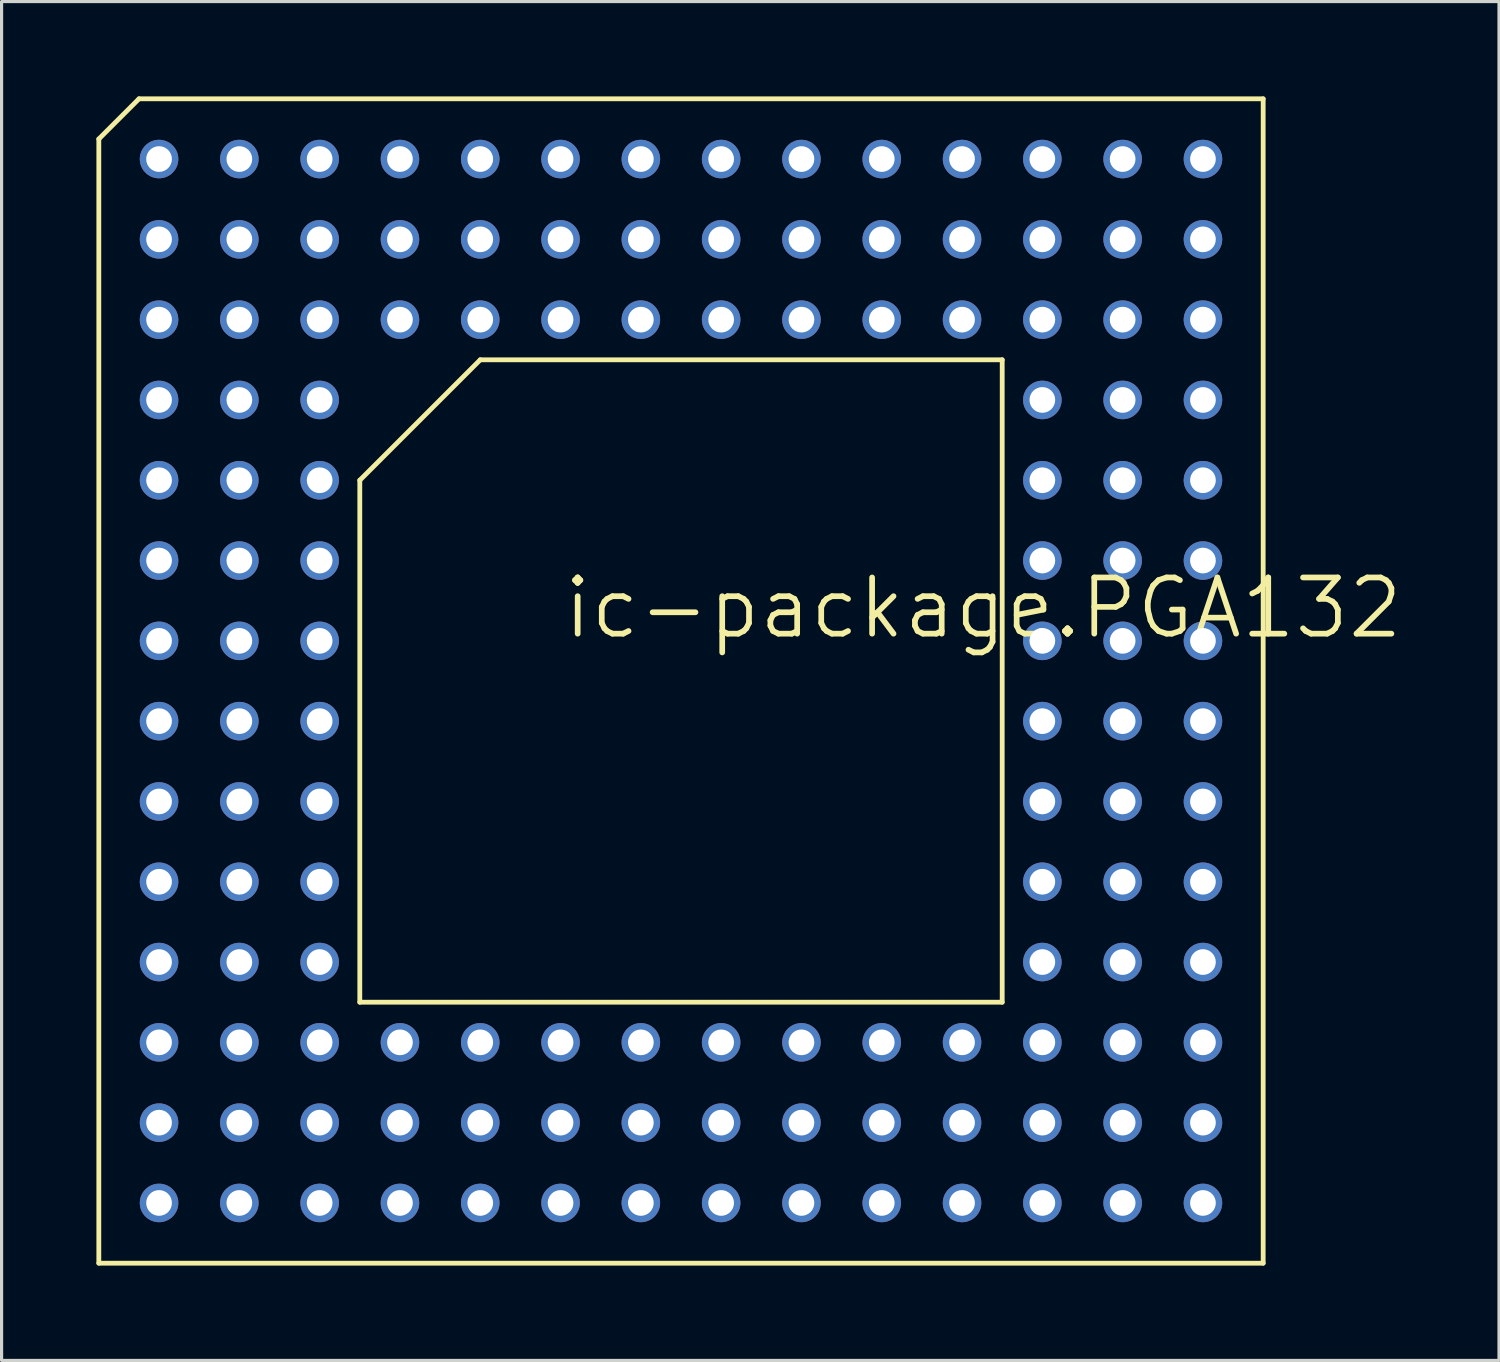
<source format=kicad_pcb>
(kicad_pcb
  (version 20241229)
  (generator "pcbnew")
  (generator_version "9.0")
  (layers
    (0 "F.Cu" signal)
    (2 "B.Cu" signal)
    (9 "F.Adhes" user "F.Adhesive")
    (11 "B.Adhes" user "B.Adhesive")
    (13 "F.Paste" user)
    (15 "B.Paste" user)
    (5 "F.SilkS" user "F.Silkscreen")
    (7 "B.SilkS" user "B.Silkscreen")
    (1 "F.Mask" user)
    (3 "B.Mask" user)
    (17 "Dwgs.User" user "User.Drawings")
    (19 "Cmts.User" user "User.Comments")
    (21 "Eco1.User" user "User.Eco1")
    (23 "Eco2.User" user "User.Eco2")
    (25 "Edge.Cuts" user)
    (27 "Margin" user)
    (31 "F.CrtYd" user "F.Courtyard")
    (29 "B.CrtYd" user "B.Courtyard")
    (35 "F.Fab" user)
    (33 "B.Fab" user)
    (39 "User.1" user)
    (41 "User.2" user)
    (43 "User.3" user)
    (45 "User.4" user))
  (footprint "ic-package.PGA132"
    (layer "F.Cu")
    (at 18.491 18.491)
    (property "Reference" "ic-package.PGA132" (at -3.81 -1.27 0) (layer "F.SilkS") (effects (font (size 1.778 1.778) (thickness 0.18)) (justify left bottom)))
    (attr through_hole)
    (fp_line (start -18.415 -17.145) (end -17.145 -18.415) (stroke (width 0.152) (type default)) (layer "F.SilkS"))
    (fp_line (start -18.415 18.415) (end -18.415 -17.145) (stroke (width 0.152) (type default)) (layer "F.SilkS"))
    (fp_line (start -17.145 -18.415) (end 18.415 -18.415) (stroke (width 0.152) (type default)) (layer "F.SilkS"))
    (fp_line (start -10.16 -6.35) (end -10.16 10.16) (stroke (width 0.152) (type default)) (layer "F.SilkS"))
    (fp_line (start -6.35 -10.16) (end -10.16 -6.35) (stroke (width 0.152) (type default)) (layer "F.SilkS"))
    (fp_line (start 10.16 -10.16) (end -6.35 -10.16) (stroke (width 0.152) (type default)) (layer "F.SilkS"))
    (fp_line (start 10.16 10.16) (end -10.16 10.16) (stroke (width 0.152) (type default)) (layer "F.SilkS"))
    (fp_line (start 10.16 10.16) (end 10.16 -10.16) (stroke (width 0.152) (type default)) (layer "F.SilkS"))
    (fp_line (start 18.415 -18.415) (end 18.415 18.415) (stroke (width 0.152) (type default)) (layer "F.SilkS"))
    (fp_line (start 18.415 18.415) (end -18.415 18.415) (stroke (width 0.152) (type default)) (layer "F.SilkS"))
    (pad "A01" thru_hole circle (at -16.51 -16.51 90) (size 1.219 1.219) (drill 0.813) (layers "*.Cu" "*.Mask"))
    (pad "A02" thru_hole circle (at -13.97 -16.51 90) (size 1.219 1.219) (drill 0.813) (layers "*.Cu" "*.Mask"))
    (pad "A03" thru_hole circle (at -11.43 -16.51 90) (size 1.219 1.219) (drill 0.813) (layers "*.Cu" "*.Mask"))
    (pad "A04" thru_hole circle (at -8.89 -16.51 90) (size 1.219 1.219) (drill 0.813) (layers "*.Cu" "*.Mask"))
    (pad "A05" thru_hole circle (at -6.35 -16.51 90) (size 1.219 1.219) (drill 0.813) (layers "*.Cu" "*.Mask"))
    (pad "A06" thru_hole circle (at -3.81 -16.51 90) (size 1.219 1.219) (drill 0.813) (layers "*.Cu" "*.Mask"))
    (pad "A07" thru_hole circle (at -1.27 -16.51 90) (size 1.219 1.219) (drill 0.813) (layers "*.Cu" "*.Mask"))
    (pad "A08" thru_hole circle (at 1.27 -16.51 90) (size 1.219 1.219) (drill 0.813) (layers "*.Cu" "*.Mask"))
    (pad "A09" thru_hole circle (at 3.81 -16.51 90) (size 1.219 1.219) (drill 0.813) (layers "*.Cu" "*.Mask"))
    (pad "A10" thru_hole circle (at 6.35 -16.51 90) (size 1.219 1.219) (drill 0.813) (layers "*.Cu" "*.Mask"))
    (pad "A11" thru_hole circle (at 8.89 -16.51 90) (size 1.219 1.219) (drill 0.813) (layers "*.Cu" "*.Mask"))
    (pad "A12" thru_hole circle (at 11.43 -16.51 90) (size 1.219 1.219) (drill 0.813) (layers "*.Cu" "*.Mask"))
    (pad "A13" thru_hole circle (at 13.97 -16.51 90) (size 1.219 1.219) (drill 0.813) (layers "*.Cu" "*.Mask"))
    (pad "A14" thru_hole circle (at 16.51 -16.51 90) (size 1.219 1.219) (drill 0.813) (layers "*.Cu" "*.Mask"))
    (pad "B01" thru_hole circle (at -16.51 -13.97 90) (size 1.219 1.219) (drill 0.813) (layers "*.Cu" "*.Mask"))
    (pad "B02" thru_hole circle (at -13.97 -13.97 90) (size 1.219 1.219) (drill 0.813) (layers "*.Cu" "*.Mask"))
    (pad "B03" thru_hole circle (at -11.43 -13.97 90) (size 1.219 1.219) (drill 0.813) (layers "*.Cu" "*.Mask"))
    (pad "B04" thru_hole circle (at -8.89 -13.97 90) (size 1.219 1.219) (drill 0.813) (layers "*.Cu" "*.Mask"))
    (pad "B05" thru_hole circle (at -6.35 -13.97 90) (size 1.219 1.219) (drill 0.813) (layers "*.Cu" "*.Mask"))
    (pad "B06" thru_hole circle (at -3.81 -13.97 90) (size 1.219 1.219) (drill 0.813) (layers "*.Cu" "*.Mask"))
    (pad "B07" thru_hole circle (at -1.27 -13.97 90) (size 1.219 1.219) (drill 0.813) (layers "*.Cu" "*.Mask"))
    (pad "B08" thru_hole circle (at 1.27 -13.97 90) (size 1.219 1.219) (drill 0.813) (layers "*.Cu" "*.Mask"))
    (pad "B09" thru_hole circle (at 3.81 -13.97 90) (size 1.219 1.219) (drill 0.813) (layers "*.Cu" "*.Mask"))
    (pad "B10" thru_hole circle (at 6.35 -13.97 90) (size 1.219 1.219) (drill 0.813) (layers "*.Cu" "*.Mask"))
    (pad "B11" thru_hole circle (at 8.89 -13.97 90) (size 1.219 1.219) (drill 0.813) (layers "*.Cu" "*.Mask"))
    (pad "B12" thru_hole circle (at 11.43 -13.97 90) (size 1.219 1.219) (drill 0.813) (layers "*.Cu" "*.Mask"))
    (pad "B13" thru_hole circle (at 13.97 -13.97 90) (size 1.219 1.219) (drill 0.813) (layers "*.Cu" "*.Mask"))
    (pad "B14" thru_hole circle (at 16.51 -13.97 90) (size 1.219 1.219) (drill 0.813) (layers "*.Cu" "*.Mask"))
    (pad "C01" thru_hole circle (at -16.51 -11.43 90) (size 1.219 1.219) (drill 0.813) (layers "*.Cu" "*.Mask"))
    (pad "C02" thru_hole circle (at -13.97 -11.43 90) (size 1.219 1.219) (drill 0.813) (layers "*.Cu" "*.Mask"))
    (pad "C03" thru_hole circle (at -11.43 -11.43 90) (size 1.219 1.219) (drill 0.813) (layers "*.Cu" "*.Mask"))
    (pad "C04" thru_hole circle (at -8.89 -11.43 90) (size 1.219 1.219) (drill 0.813) (layers "*.Cu" "*.Mask"))
    (pad "C05" thru_hole circle (at -6.35 -11.43 90) (size 1.219 1.219) (drill 0.813) (layers "*.Cu" "*.Mask"))
    (pad "C06" thru_hole circle (at -3.81 -11.43 90) (size 1.219 1.219) (drill 0.813) (layers "*.Cu" "*.Mask"))
    (pad "C07" thru_hole circle (at -1.27 -11.43 90) (size 1.219 1.219) (drill 0.813) (layers "*.Cu" "*.Mask"))
    (pad "C08" thru_hole circle (at 1.27 -11.43 90) (size 1.219 1.219) (drill 0.813) (layers "*.Cu" "*.Mask"))
    (pad "C09" thru_hole circle (at 3.81 -11.43 90) (size 1.219 1.219) (drill 0.813) (layers "*.Cu" "*.Mask"))
    (pad "C10" thru_hole circle (at 6.35 -11.43 90) (size 1.219 1.219) (drill 0.813) (layers "*.Cu" "*.Mask"))
    (pad "C11" thru_hole circle (at 8.89 -11.43 90) (size 1.219 1.219) (drill 0.813) (layers "*.Cu" "*.Mask"))
    (pad "C12" thru_hole circle (at 11.43 -11.43 90) (size 1.219 1.219) (drill 0.813) (layers "*.Cu" "*.Mask"))
    (pad "C13" thru_hole circle (at 13.97 -11.43 90) (size 1.219 1.219) (drill 0.813) (layers "*.Cu" "*.Mask"))
    (pad "C14" thru_hole circle (at 16.51 -11.43 90) (size 1.219 1.219) (drill 0.813) (layers "*.Cu" "*.Mask"))
    (pad "D01" thru_hole circle (at -16.51 -8.89 90) (size 1.219 1.219) (drill 0.813) (layers "*.Cu" "*.Mask"))
    (pad "D02" thru_hole circle (at -13.97 -8.89 90) (size 1.219 1.219) (drill 0.813) (layers "*.Cu" "*.Mask"))
    (pad "D03" thru_hole circle (at -11.43 -8.89 90) (size 1.219 1.219) (drill 0.813) (layers "*.Cu" "*.Mask"))
    (pad "D12" thru_hole circle (at 11.43 -8.89 90) (size 1.219 1.219) (drill 0.813) (layers "*.Cu" "*.Mask"))
    (pad "D13" thru_hole circle (at 13.97 -8.89 90) (size 1.219 1.219) (drill 0.813) (layers "*.Cu" "*.Mask"))
    (pad "D14" thru_hole circle (at 16.51 -8.89 90) (size 1.219 1.219) (drill 0.813) (layers "*.Cu" "*.Mask"))
    (pad "E01" thru_hole circle (at -16.51 -6.35 90) (size 1.219 1.219) (drill 0.813) (layers "*.Cu" "*.Mask"))
    (pad "E02" thru_hole circle (at -13.97 -6.35 90) (size 1.219 1.219) (drill 0.813) (layers "*.Cu" "*.Mask"))
    (pad "E03" thru_hole circle (at -11.43 -6.35 90) (size 1.219 1.219) (drill 0.813) (layers "*.Cu" "*.Mask"))
    (pad "E12" thru_hole circle (at 11.43 -6.35 90) (size 1.219 1.219) (drill 0.813) (layers "*.Cu" "*.Mask"))
    (pad "E13" thru_hole circle (at 13.97 -6.35 90) (size 1.219 1.219) (drill 0.813) (layers "*.Cu" "*.Mask"))
    (pad "E14" thru_hole circle (at 16.51 -6.35 90) (size 1.219 1.219) (drill 0.813) (layers "*.Cu" "*.Mask"))
    (pad "F01" thru_hole circle (at -16.51 -3.81 90) (size 1.219 1.219) (drill 0.813) (layers "*.Cu" "*.Mask"))
    (pad "F02" thru_hole circle (at -13.97 -3.81 90) (size 1.219 1.219) (drill 0.813) (layers "*.Cu" "*.Mask"))
    (pad "F03" thru_hole circle (at -11.43 -3.81 90) (size 1.219 1.219) (drill 0.813) (layers "*.Cu" "*.Mask"))
    (pad "F12" thru_hole circle (at 11.43 -3.81 90) (size 1.219 1.219) (drill 0.813) (layers "*.Cu" "*.Mask"))
    (pad "F13" thru_hole circle (at 13.97 -3.81 90) (size 1.219 1.219) (drill 0.813) (layers "*.Cu" "*.Mask"))
    (pad "F14" thru_hole circle (at 16.51 -3.81 90) (size 1.219 1.219) (drill 0.813) (layers "*.Cu" "*.Mask"))
    (pad "G01" thru_hole circle (at -16.51 -1.27 90) (size 1.219 1.219) (drill 0.813) (layers "*.Cu" "*.Mask"))
    (pad "G02" thru_hole circle (at -13.97 -1.27 90) (size 1.219 1.219) (drill 0.813) (layers "*.Cu" "*.Mask"))
    (pad "G03" thru_hole circle (at -11.43 -1.27 90) (size 1.219 1.219) (drill 0.813) (layers "*.Cu" "*.Mask"))
    (pad "G12" thru_hole circle (at 11.43 -1.27 90) (size 1.219 1.219) (drill 0.813) (layers "*.Cu" "*.Mask"))
    (pad "G13" thru_hole circle (at 13.97 -1.27 90) (size 1.219 1.219) (drill 0.813) (layers "*.Cu" "*.Mask"))
    (pad "G14" thru_hole circle (at 16.51 -1.27 90) (size 1.219 1.219) (drill 0.813) (layers "*.Cu" "*.Mask"))
    (pad "H01" thru_hole circle (at -16.51 1.27 90) (size 1.219 1.219) (drill 0.813) (layers "*.Cu" "*.Mask"))
    (pad "H02" thru_hole circle (at -13.97 1.27 90) (size 1.219 1.219) (drill 0.813) (layers "*.Cu" "*.Mask"))
    (pad "H03" thru_hole circle (at -11.43 1.27 90) (size 1.219 1.219) (drill 0.813) (layers "*.Cu" "*.Mask"))
    (pad "H12" thru_hole circle (at 11.43 1.27 90) (size 1.219 1.219) (drill 0.813) (layers "*.Cu" "*.Mask"))
    (pad "H13" thru_hole circle (at 13.97 1.27 90) (size 1.219 1.219) (drill 0.813) (layers "*.Cu" "*.Mask"))
    (pad "H14" thru_hole circle (at 16.51 1.27 90) (size 1.219 1.219) (drill 0.813) (layers "*.Cu" "*.Mask"))
    (pad "J01" thru_hole circle (at -16.51 3.81 90) (size 1.219 1.219) (drill 0.813) (layers "*.Cu" "*.Mask"))
    (pad "J02" thru_hole circle (at -13.97 3.81 90) (size 1.219 1.219) (drill 0.813) (layers "*.Cu" "*.Mask"))
    (pad "J03" thru_hole circle (at -11.43 3.81 90) (size 1.219 1.219) (drill 0.813) (layers "*.Cu" "*.Mask"))
    (pad "J12" thru_hole circle (at 11.43 3.81 90) (size 1.219 1.219) (drill 0.813) (layers "*.Cu" "*.Mask"))
    (pad "J13" thru_hole circle (at 13.97 3.81 90) (size 1.219 1.219) (drill 0.813) (layers "*.Cu" "*.Mask"))
    (pad "J14" thru_hole circle (at 16.51 3.81 90) (size 1.219 1.219) (drill 0.813) (layers "*.Cu" "*.Mask"))
    (pad "K01" thru_hole circle (at -16.51 6.35 90) (size 1.219 1.219) (drill 0.813) (layers "*.Cu" "*.Mask"))
    (pad "K02" thru_hole circle (at -13.97 6.35 90) (size 1.219 1.219) (drill 0.813) (layers "*.Cu" "*.Mask"))
    (pad "K03" thru_hole circle (at -11.43 6.35 90) (size 1.219 1.219) (drill 0.813) (layers "*.Cu" "*.Mask"))
    (pad "K12" thru_hole circle (at 11.43 6.35 90) (size 1.219 1.219) (drill 0.813) (layers "*.Cu" "*.Mask"))
    (pad "K13" thru_hole circle (at 13.97 6.35 90) (size 1.219 1.219) (drill 0.813) (layers "*.Cu" "*.Mask"))
    (pad "K14" thru_hole circle (at 16.51 6.35 90) (size 1.219 1.219) (drill 0.813) (layers "*.Cu" "*.Mask"))
    (pad "L01" thru_hole circle (at -16.51 8.89 90) (size 1.219 1.219) (drill 0.813) (layers "*.Cu" "*.Mask"))
    (pad "L02" thru_hole circle (at -13.97 8.89 90) (size 1.219 1.219) (drill 0.813) (layers "*.Cu" "*.Mask"))
    (pad "L03" thru_hole circle (at -11.43 8.89 90) (size 1.219 1.219) (drill 0.813) (layers "*.Cu" "*.Mask"))
    (pad "L12" thru_hole circle (at 11.43 8.89 90) (size 1.219 1.219) (drill 0.813) (layers "*.Cu" "*.Mask"))
    (pad "L13" thru_hole circle (at 13.97 8.89 90) (size 1.219 1.219) (drill 0.813) (layers "*.Cu" "*.Mask"))
    (pad "L14" thru_hole circle (at 16.51 8.89 90) (size 1.219 1.219) (drill 0.813) (layers "*.Cu" "*.Mask"))
    (pad "M01" thru_hole circle (at -16.51 11.43 90) (size 1.219 1.219) (drill 0.813) (layers "*.Cu" "*.Mask"))
    (pad "M02" thru_hole circle (at -13.97 11.43 90) (size 1.219 1.219) (drill 0.813) (layers "*.Cu" "*.Mask"))
    (pad "M03" thru_hole circle (at -11.43 11.43 90) (size 1.219 1.219) (drill 0.813) (layers "*.Cu" "*.Mask"))
    (pad "M04" thru_hole circle (at -8.89 11.43 90) (size 1.219 1.219) (drill 0.813) (layers "*.Cu" "*.Mask"))
    (pad "M05" thru_hole circle (at -6.35 11.43 90) (size 1.219 1.219) (drill 0.813) (layers "*.Cu" "*.Mask"))
    (pad "M06" thru_hole circle (at -3.81 11.43 90) (size 1.219 1.219) (drill 0.813) (layers "*.Cu" "*.Mask"))
    (pad "M07" thru_hole circle (at -1.27 11.43 90) (size 1.219 1.219) (drill 0.813) (layers "*.Cu" "*.Mask"))
    (pad "M08" thru_hole circle (at 1.27 11.43 90) (size 1.219 1.219) (drill 0.813) (layers "*.Cu" "*.Mask"))
    (pad "M09" thru_hole circle (at 3.81 11.43 90) (size 1.219 1.219) (drill 0.813) (layers "*.Cu" "*.Mask"))
    (pad "M10" thru_hole circle (at 6.35 11.43 90) (size 1.219 1.219) (drill 0.813) (layers "*.Cu" "*.Mask"))
    (pad "M11" thru_hole circle (at 8.89 11.43 90) (size 1.219 1.219) (drill 0.813) (layers "*.Cu" "*.Mask"))
    (pad "M12" thru_hole circle (at 11.43 11.43 90) (size 1.219 1.219) (drill 0.813) (layers "*.Cu" "*.Mask"))
    (pad "M13" thru_hole circle (at 13.97 11.43 90) (size 1.219 1.219) (drill 0.813) (layers "*.Cu" "*.Mask"))
    (pad "M14" thru_hole circle (at 16.51 11.43 90) (size 1.219 1.219) (drill 0.813) (layers "*.Cu" "*.Mask"))
    (pad "N01" thru_hole circle (at -16.51 13.97 90) (size 1.219 1.219) (drill 0.813) (layers "*.Cu" "*.Mask"))
    (pad "N02" thru_hole circle (at -13.97 13.97 90) (size 1.219 1.219) (drill 0.813) (layers "*.Cu" "*.Mask"))
    (pad "N03" thru_hole circle (at -11.43 13.97 90) (size 1.219 1.219) (drill 0.813) (layers "*.Cu" "*.Mask"))
    (pad "N04" thru_hole circle (at -8.89 13.97 90) (size 1.219 1.219) (drill 0.813) (layers "*.Cu" "*.Mask"))
    (pad "N05" thru_hole circle (at -6.35 13.97 90) (size 1.219 1.219) (drill 0.813) (layers "*.Cu" "*.Mask"))
    (pad "N06" thru_hole circle (at -3.81 13.97 90) (size 1.219 1.219) (drill 0.813) (layers "*.Cu" "*.Mask"))
    (pad "N07" thru_hole circle (at -1.27 13.97 90) (size 1.219 1.219) (drill 0.813) (layers "*.Cu" "*.Mask"))
    (pad "N08" thru_hole circle (at 1.27 13.97 90) (size 1.219 1.219) (drill 0.813) (layers "*.Cu" "*.Mask"))
    (pad "N09" thru_hole circle (at 3.81 13.97 90) (size 1.219 1.219) (drill 0.813) (layers "*.Cu" "*.Mask"))
    (pad "N10" thru_hole circle (at 6.35 13.97 90) (size 1.219 1.219) (drill 0.813) (layers "*.Cu" "*.Mask"))
    (pad "N11" thru_hole circle (at 8.89 13.97 90) (size 1.219 1.219) (drill 0.813) (layers "*.Cu" "*.Mask"))
    (pad "N12" thru_hole circle (at 11.43 13.97 90) (size 1.219 1.219) (drill 0.813) (layers "*.Cu" "*.Mask"))
    (pad "N13" thru_hole circle (at 13.97 13.97 90) (size 1.219 1.219) (drill 0.813) (layers "*.Cu" "*.Mask"))
    (pad "N14" thru_hole circle (at 16.51 13.97 90) (size 1.219 1.219) (drill 0.813) (layers "*.Cu" "*.Mask"))
    (pad "P01" thru_hole circle (at -16.51 16.51 90) (size 1.219 1.219) (drill 0.813) (layers "*.Cu" "*.Mask"))
    (pad "P02" thru_hole circle (at -13.97 16.51 90) (size 1.219 1.219) (drill 0.813) (layers "*.Cu" "*.Mask"))
    (pad "P03" thru_hole circle (at -11.43 16.51 90) (size 1.219 1.219) (drill 0.813) (layers "*.Cu" "*.Mask"))
    (pad "P04" thru_hole circle (at -8.89 16.51 90) (size 1.219 1.219) (drill 0.813) (layers "*.Cu" "*.Mask"))
    (pad "P05" thru_hole circle (at -6.35 16.51 90) (size 1.219 1.219) (drill 0.813) (layers "*.Cu" "*.Mask"))
    (pad "P06" thru_hole circle (at -3.81 16.51 90) (size 1.219 1.219) (drill 0.813) (layers "*.Cu" "*.Mask"))
    (pad "P07" thru_hole circle (at -1.27 16.51 90) (size 1.219 1.219) (drill 0.813) (layers "*.Cu" "*.Mask"))
    (pad "P08" thru_hole circle (at 1.27 16.51 90) (size 1.219 1.219) (drill 0.813) (layers "*.Cu" "*.Mask"))
    (pad "P09" thru_hole circle (at 3.81 16.51 90) (size 1.219 1.219) (drill 0.813) (layers "*.Cu" "*.Mask"))
    (pad "P10" thru_hole circle (at 6.35 16.51 90) (size 1.219 1.219) (drill 0.813) (layers "*.Cu" "*.Mask"))
    (pad "P11" thru_hole circle (at 8.89 16.51 90) (size 1.219 1.219) (drill 0.813) (layers "*.Cu" "*.Mask"))
    (pad "P12" thru_hole circle (at 11.43 16.51 90) (size 1.219 1.219) (drill 0.813) (layers "*.Cu" "*.Mask"))
    (pad "P13" thru_hole circle (at 13.97 16.51 90) (size 1.219 1.219) (drill 0.813) (layers "*.Cu" "*.Mask"))
    (pad "P14" thru_hole circle (at 16.51 16.51 90) (size 1.219 1.219) (drill 0.813) (layers "*.Cu" "*.Mask")))
  (gr_rect
    (start -3 -3)
    (end 44.366 39.982)
    (stroke (width 0.1) (type default))
    (fill no)
    (layer "Edge.Cuts")))
</source>
